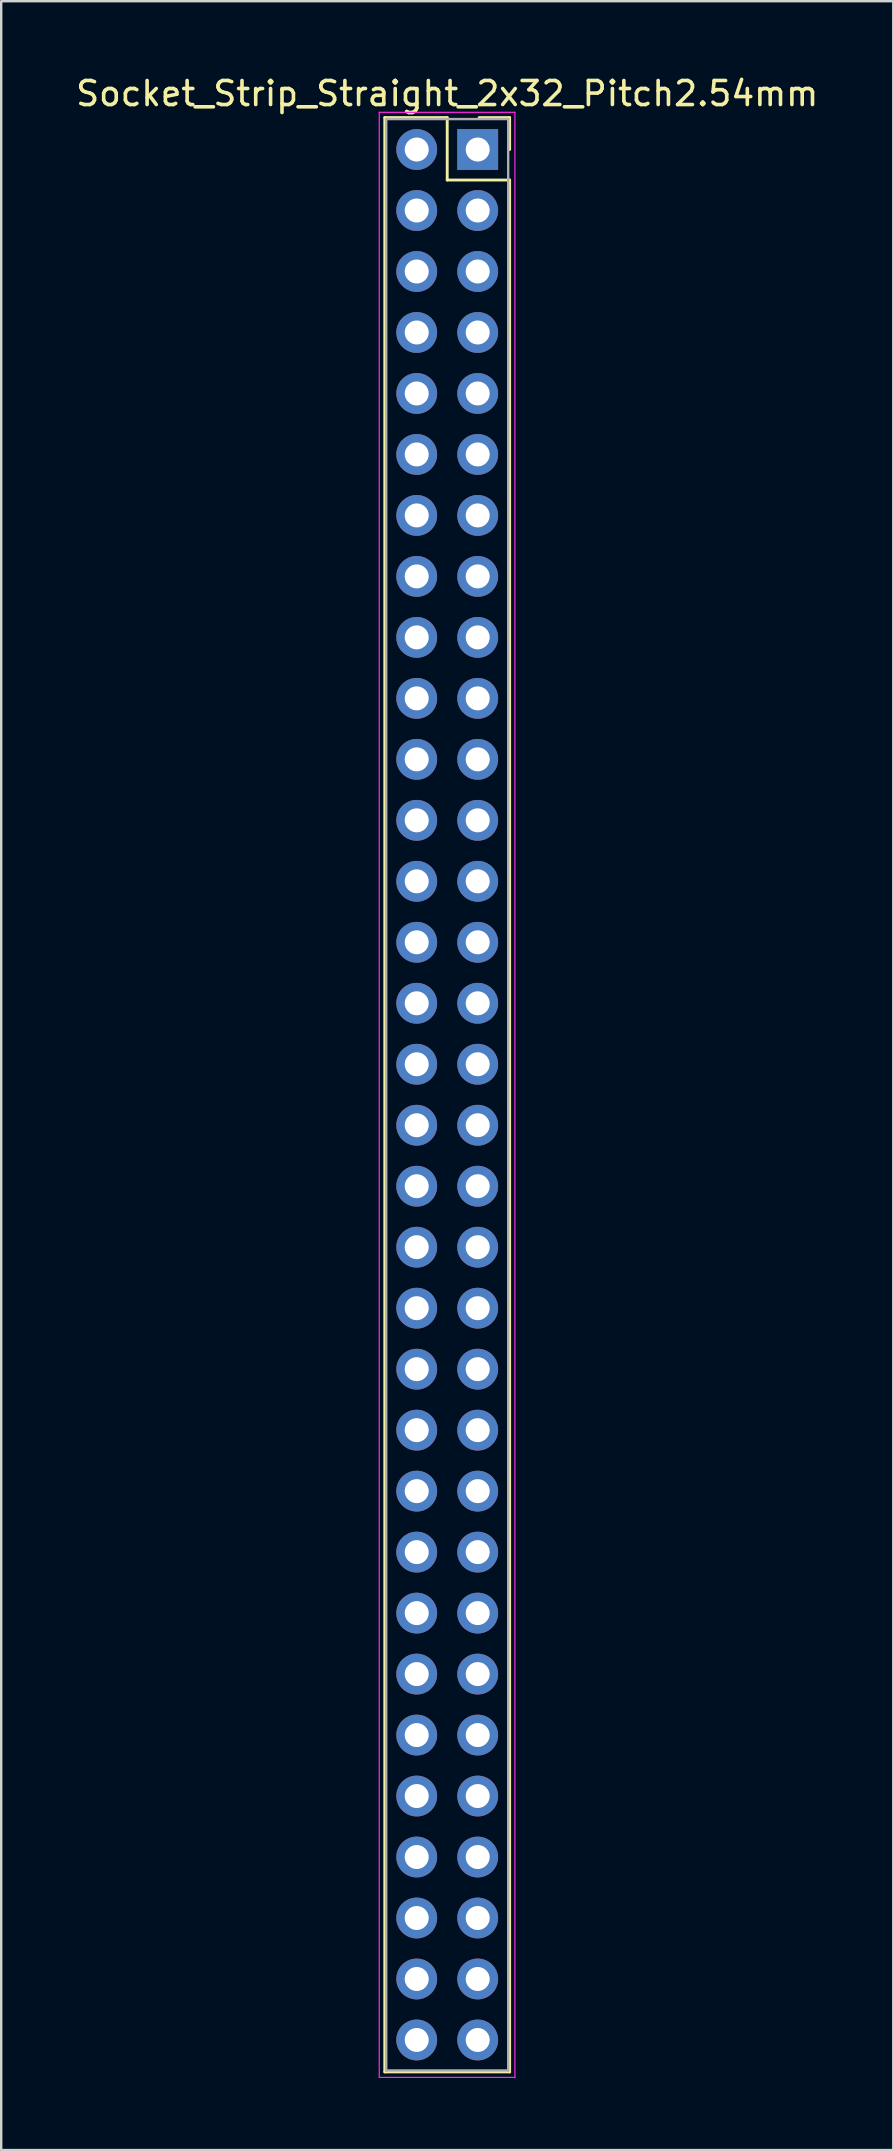
<source format=kicad_pcb>
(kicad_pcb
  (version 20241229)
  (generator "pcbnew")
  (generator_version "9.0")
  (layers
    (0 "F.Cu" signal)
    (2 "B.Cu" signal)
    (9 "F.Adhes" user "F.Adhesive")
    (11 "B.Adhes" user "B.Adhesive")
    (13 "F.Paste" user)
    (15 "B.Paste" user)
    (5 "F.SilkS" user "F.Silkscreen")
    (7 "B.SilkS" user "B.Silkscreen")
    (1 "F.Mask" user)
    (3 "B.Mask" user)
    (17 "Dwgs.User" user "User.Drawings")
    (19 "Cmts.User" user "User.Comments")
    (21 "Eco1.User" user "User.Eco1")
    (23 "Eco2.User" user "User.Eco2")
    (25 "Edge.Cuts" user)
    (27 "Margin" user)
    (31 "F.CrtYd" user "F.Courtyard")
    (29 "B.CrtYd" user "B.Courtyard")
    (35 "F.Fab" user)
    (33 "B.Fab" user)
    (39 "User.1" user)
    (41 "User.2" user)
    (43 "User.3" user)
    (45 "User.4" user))
  (footprint "Socket_Strip_Straight_2x32_Pitch2.54mm"
    (layer "F.Cu")
    (at 16.847 3.178)
    (property "Reference" "Socket_Strip_Straight_2x32_Pitch2.54mm" (at -1.27 -2.33 0) (layer "F.SilkS") (effects (font (size 1 1) (thickness 0.15))))
    (attr through_hole)
    (fp_line (start -3.87 -1.33) (end -1.27 -1.33) (stroke (width 0.12) (type solid)) (layer "F.SilkS"))
    (fp_line (start -3.87 80.07) (end -3.87 -1.33) (stroke (width 0.12) (type solid)) (layer "F.SilkS"))
    (fp_line (start -1.27 -1.33) (end -1.27 1.27) (stroke (width 0.12) (type solid)) (layer "F.SilkS"))
    (fp_line (start -1.27 1.27) (end 1.33 1.27) (stroke (width 0.12) (type solid)) (layer "F.SilkS"))
    (fp_line (start 1.33 -1.33) (end 0.06 -1.33) (stroke (width 0.12) (type solid)) (layer "F.SilkS"))
    (fp_line (start 1.33 0) (end 1.33 -1.33) (stroke (width 0.12) (type solid)) (layer "F.SilkS"))
    (fp_line (start 1.33 1.27) (end 1.33 80.07) (stroke (width 0.12) (type solid)) (layer "F.SilkS"))
    (fp_line (start 1.33 80.07) (end -3.87 80.07) (stroke (width 0.12) (type solid)) (layer "F.SilkS"))
    (fp_line (start -4.1 -1.55) (end -4.1 80.3) (stroke (width 0.05) (type solid)) (layer "F.CrtYd"))
    (fp_line (start -4.1 80.3) (end 1.55 80.3) (stroke (width 0.05) (type solid)) (layer "F.CrtYd"))
    (fp_line (start 1.55 -1.55) (end -4.1 -1.55) (stroke (width 0.05) (type solid)) (layer "F.CrtYd"))
    (fp_line (start 1.55 80.3) (end 1.55 -1.55) (stroke (width 0.05) (type solid)) (layer "F.CrtYd"))
    (fp_line (start -3.81 -1.27) (end -3.81 80.01) (stroke (width 0.1) (type solid)) (layer "F.Fab"))
    (fp_line (start -3.81 80.01) (end 1.27 80.01) (stroke (width 0.1) (type solid)) (layer "F.Fab"))
    (fp_line (start 1.27 -1.27) (end -3.81 -1.27) (stroke (width 0.1) (type solid)) (layer "F.Fab"))
    (fp_line (start 1.27 80.01) (end 1.27 -1.27) (stroke (width 0.1) (type solid)) (layer "F.Fab"))
    (pad "1" thru_hole rect (at 0 0) (size 1.7 1.7) (drill 1) (layers "*.Cu" "*.Mask"))
    (pad "2" thru_hole oval (at -2.54 0) (size 1.7 1.7) (drill 1) (layers "*.Cu" "*.Mask"))
    (pad "3" thru_hole oval (at 0 2.54) (size 1.7 1.7) (drill 1) (layers "*.Cu" "*.Mask"))
    (pad "4" thru_hole oval (at -2.54 2.54) (size 1.7 1.7) (drill 1) (layers "*.Cu" "*.Mask"))
    (pad "5" thru_hole oval (at 0 5.08) (size 1.7 1.7) (drill 1) (layers "*.Cu" "*.Mask"))
    (pad "6" thru_hole oval (at -2.54 5.08) (size 1.7 1.7) (drill 1) (layers "*.Cu" "*.Mask"))
    (pad "7" thru_hole oval (at 0 7.62) (size 1.7 1.7) (drill 1) (layers "*.Cu" "*.Mask"))
    (pad "8" thru_hole oval (at -2.54 7.62) (size 1.7 1.7) (drill 1) (layers "*.Cu" "*.Mask"))
    (pad "9" thru_hole oval (at 0 10.16) (size 1.7 1.7) (drill 1) (layers "*.Cu" "*.Mask"))
    (pad "10" thru_hole oval (at -2.54 10.16) (size 1.7 1.7) (drill 1) (layers "*.Cu" "*.Mask"))
    (pad "11" thru_hole oval (at 0 12.7) (size 1.7 1.7) (drill 1) (layers "*.Cu" "*.Mask"))
    (pad "12" thru_hole oval (at -2.54 12.7) (size 1.7 1.7) (drill 1) (layers "*.Cu" "*.Mask"))
    (pad "13" thru_hole oval (at 0 15.24) (size 1.7 1.7) (drill 1) (layers "*.Cu" "*.Mask"))
    (pad "14" thru_hole oval (at -2.54 15.24) (size 1.7 1.7) (drill 1) (layers "*.Cu" "*.Mask"))
    (pad "15" thru_hole oval (at 0 17.78) (size 1.7 1.7) (drill 1) (layers "*.Cu" "*.Mask"))
    (pad "16" thru_hole oval (at -2.54 17.78) (size 1.7 1.7) (drill 1) (layers "*.Cu" "*.Mask"))
    (pad "17" thru_hole oval (at 0 20.32) (size 1.7 1.7) (drill 1) (layers "*.Cu" "*.Mask"))
    (pad "18" thru_hole oval (at -2.54 20.32) (size 1.7 1.7) (drill 1) (layers "*.Cu" "*.Mask"))
    (pad "19" thru_hole oval (at 0 22.86) (size 1.7 1.7) (drill 1) (layers "*.Cu" "*.Mask"))
    (pad "20" thru_hole oval (at -2.54 22.86) (size 1.7 1.7) (drill 1) (layers "*.Cu" "*.Mask"))
    (pad "21" thru_hole oval (at 0 25.4) (size 1.7 1.7) (drill 1) (layers "*.Cu" "*.Mask"))
    (pad "22" thru_hole oval (at -2.54 25.4) (size 1.7 1.7) (drill 1) (layers "*.Cu" "*.Mask"))
    (pad "23" thru_hole oval (at 0 27.94) (size 1.7 1.7) (drill 1) (layers "*.Cu" "*.Mask"))
    (pad "24" thru_hole oval (at -2.54 27.94) (size 1.7 1.7) (drill 1) (layers "*.Cu" "*.Mask"))
    (pad "25" thru_hole oval (at 0 30.48) (size 1.7 1.7) (drill 1) (layers "*.Cu" "*.Mask"))
    (pad "26" thru_hole oval (at -2.54 30.48) (size 1.7 1.7) (drill 1) (layers "*.Cu" "*.Mask"))
    (pad "27" thru_hole oval (at 0 33.02) (size 1.7 1.7) (drill 1) (layers "*.Cu" "*.Mask"))
    (pad "28" thru_hole oval (at -2.54 33.02) (size 1.7 1.7) (drill 1) (layers "*.Cu" "*.Mask"))
    (pad "29" thru_hole oval (at 0 35.56) (size 1.7 1.7) (drill 1) (layers "*.Cu" "*.Mask"))
    (pad "30" thru_hole oval (at -2.54 35.56) (size 1.7 1.7) (drill 1) (layers "*.Cu" "*.Mask"))
    (pad "31" thru_hole oval (at 0 38.1) (size 1.7 1.7) (drill 1) (layers "*.Cu" "*.Mask"))
    (pad "32" thru_hole oval (at -2.54 38.1) (size 1.7 1.7) (drill 1) (layers "*.Cu" "*.Mask"))
    (pad "33" thru_hole oval (at 0 40.64) (size 1.7 1.7) (drill 1) (layers "*.Cu" "*.Mask"))
    (pad "34" thru_hole oval (at -2.54 40.64) (size 1.7 1.7) (drill 1) (layers "*.Cu" "*.Mask"))
    (pad "35" thru_hole oval (at 0 43.18) (size 1.7 1.7) (drill 1) (layers "*.Cu" "*.Mask"))
    (pad "36" thru_hole oval (at -2.54 43.18) (size 1.7 1.7) (drill 1) (layers "*.Cu" "*.Mask"))
    (pad "37" thru_hole oval (at 0 45.72) (size 1.7 1.7) (drill 1) (layers "*.Cu" "*.Mask"))
    (pad "38" thru_hole oval (at -2.54 45.72) (size 1.7 1.7) (drill 1) (layers "*.Cu" "*.Mask"))
    (pad "39" thru_hole oval (at 0 48.26) (size 1.7 1.7) (drill 1) (layers "*.Cu" "*.Mask"))
    (pad "40" thru_hole oval (at -2.54 48.26) (size 1.7 1.7) (drill 1) (layers "*.Cu" "*.Mask"))
    (pad "41" thru_hole oval (at 0 50.8) (size 1.7 1.7) (drill 1) (layers "*.Cu" "*.Mask"))
    (pad "42" thru_hole oval (at -2.54 50.8) (size 1.7 1.7) (drill 1) (layers "*.Cu" "*.Mask"))
    (pad "43" thru_hole oval (at 0 53.34) (size 1.7 1.7) (drill 1) (layers "*.Cu" "*.Mask"))
    (pad "44" thru_hole oval (at -2.54 53.34) (size 1.7 1.7) (drill 1) (layers "*.Cu" "*.Mask"))
    (pad "45" thru_hole oval (at 0 55.88) (size 1.7 1.7) (drill 1) (layers "*.Cu" "*.Mask"))
    (pad "46" thru_hole oval (at -2.54 55.88) (size 1.7 1.7) (drill 1) (layers "*.Cu" "*.Mask"))
    (pad "47" thru_hole oval (at 0 58.42) (size 1.7 1.7) (drill 1) (layers "*.Cu" "*.Mask"))
    (pad "48" thru_hole oval (at -2.54 58.42) (size 1.7 1.7) (drill 1) (layers "*.Cu" "*.Mask"))
    (pad "49" thru_hole oval (at 0 60.96) (size 1.7 1.7) (drill 1) (layers "*.Cu" "*.Mask"))
    (pad "50" thru_hole oval (at -2.54 60.96) (size 1.7 1.7) (drill 1) (layers "*.Cu" "*.Mask"))
    (pad "51" thru_hole oval (at 0 63.5) (size 1.7 1.7) (drill 1) (layers "*.Cu" "*.Mask"))
    (pad "52" thru_hole oval (at -2.54 63.5) (size 1.7 1.7) (drill 1) (layers "*.Cu" "*.Mask"))
    (pad "53" thru_hole oval (at 0 66.04) (size 1.7 1.7) (drill 1) (layers "*.Cu" "*.Mask"))
    (pad "54" thru_hole oval (at -2.54 66.04) (size 1.7 1.7) (drill 1) (layers "*.Cu" "*.Mask"))
    (pad "55" thru_hole oval (at 0 68.58) (size 1.7 1.7) (drill 1) (layers "*.Cu" "*.Mask"))
    (pad "56" thru_hole oval (at -2.54 68.58) (size 1.7 1.7) (drill 1) (layers "*.Cu" "*.Mask"))
    (pad "57" thru_hole oval (at 0 71.12) (size 1.7 1.7) (drill 1) (layers "*.Cu" "*.Mask"))
    (pad "58" thru_hole oval (at -2.54 71.12) (size 1.7 1.7) (drill 1) (layers "*.Cu" "*.Mask"))
    (pad "59" thru_hole oval (at 0 73.66) (size 1.7 1.7) (drill 1) (layers "*.Cu" "*.Mask"))
    (pad "60" thru_hole oval (at -2.54 73.66) (size 1.7 1.7) (drill 1) (layers "*.Cu" "*.Mask"))
    (pad "61" thru_hole oval (at 0 76.2) (size 1.7 1.7) (drill 1) (layers "*.Cu" "*.Mask"))
    (pad "62" thru_hole oval (at -2.54 76.2) (size 1.7 1.7) (drill 1) (layers "*.Cu" "*.Mask"))
    (pad "63" thru_hole oval (at 0 78.74) (size 1.7 1.7) (drill 1) (layers "*.Cu" "*.Mask"))
    (pad "64" thru_hole oval (at -2.54 78.74) (size 1.7 1.7) (drill 1) (layers "*.Cu" "*.Mask")))
  (gr_rect
    (start -3 -3)
    (end 34.155 86.503)
    (stroke (width 0.1) (type default))
    (fill no)
    (layer "Edge.Cuts")))
</source>
